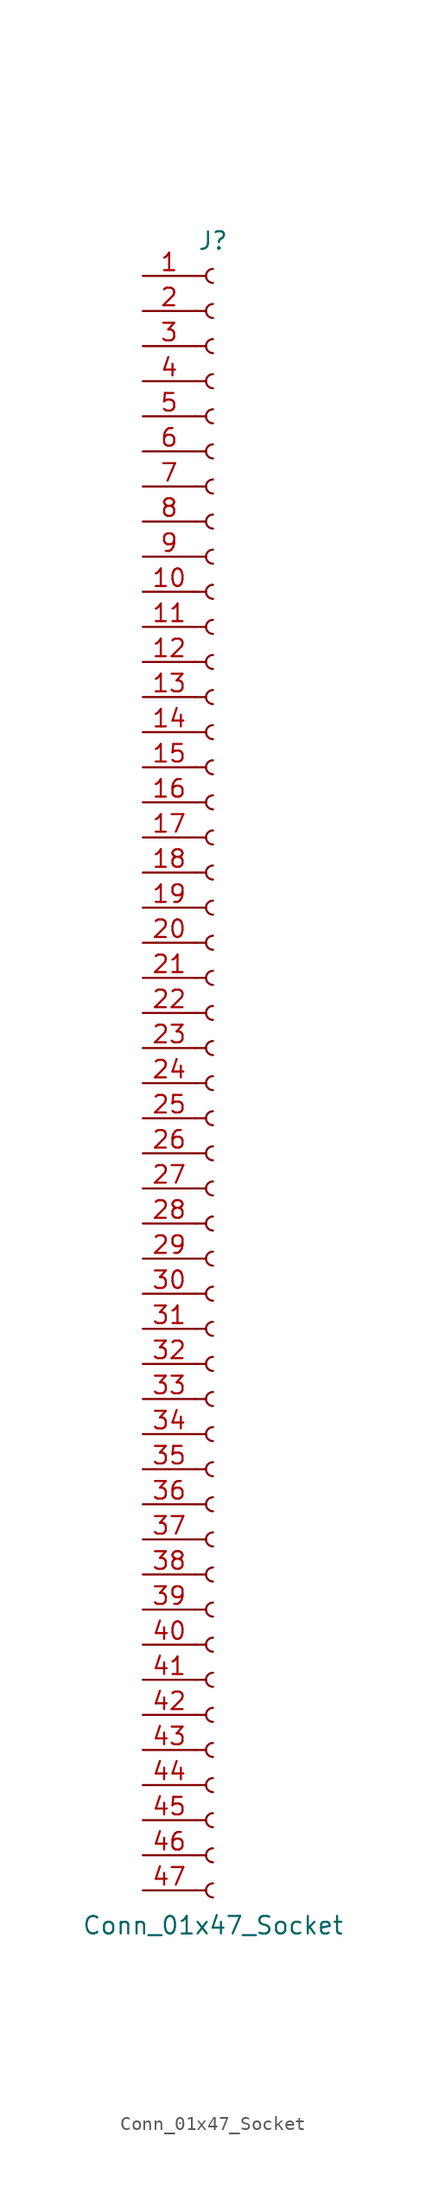
<source format=kicad_sym>
(kicad_symbol_lib
  (version 20220914)
  (generator kicad_symbol_editor)
  (symbol "Conn_01x47_Socket"
    (pin_names
      (offset 1.016) hide)
    (property "Reference" "J"
      (at 0 60.96 0)
      (effects (font (size 1.27 1.27))))
    (property "Value" "Conn_01x47_Socket"
      (at 0 -60.96 0)
      (effects (font (size 1.27 1.27))))
    (property "ki_locked" ""
      (at 0 0 0)
      (effects (font (size 1.27 1.27))))
    (symbol "Conn_01x47_Socket_1_1"
      (arc (start 0 -57.912) (mid -0.5058 -58.42) (end 0 -58.928) (stroke (width 0.1524) (type default)) (fill (type none)))
      (arc (start 0 -55.372) (mid -0.5058 -55.88) (end 0 -56.388) (stroke (width 0.1524) (type default)) (fill (type none)))
      (arc (start 0 -52.832) (mid -0.5058 -53.34) (end 0 -53.848) (stroke (width 0.1524) (type default)) (fill (type none)))
      (arc (start 0 -50.292) (mid -0.5058 -50.8) (end 0 -51.308) (stroke (width 0.1524) (type default)) (fill (type none)))
      (arc (start 0 -47.752) (mid -0.5058 -48.26) (end 0 -48.768) (stroke (width 0.1524) (type default)) (fill (type none)))
      (arc (start 0 -45.212) (mid -0.5058 -45.72) (end 0 -46.228) (stroke (width 0.1524) (type default)) (fill (type none)))
      (arc (start 0 -42.672) (mid -0.5058 -43.18) (end 0 -43.688) (stroke (width 0.1524) (type default)) (fill (type none)))
      (arc (start 0 -40.132) (mid -0.5058 -40.64) (end 0 -41.148) (stroke (width 0.1524) (type default)) (fill (type none)))
      (arc (start 0 -37.592) (mid -0.5058 -38.1) (end 0 -38.608) (stroke (width 0.1524) (type default)) (fill (type none)))
      (arc (start 0 -35.052) (mid -0.5058 -35.56) (end 0 -36.068) (stroke (width 0.1524) (type default)) (fill (type none)))
      (arc (start 0 -32.512) (mid -0.5058 -33.02) (end 0 -33.528) (stroke (width 0.1524) (type default)) (fill (type none)))
      (arc (start 0 -29.972) (mid -0.5058 -30.48) (end 0 -30.988) (stroke (width 0.1524) (type default)) (fill (type none)))
      (arc (start 0 -27.432) (mid -0.5058 -27.94) (end 0 -28.448) (stroke (width 0.1524) (type default)) (fill (type none)))
      (arc (start 0 -24.892) (mid -0.5058 -25.4) (end 0 -25.908) (stroke (width 0.1524) (type default)) (fill (type none)))
      (arc (start 0 -22.352) (mid -0.5058 -22.86) (end 0 -23.368) (stroke (width 0.1524) (type default)) (fill (type none)))
      (arc (start 0 -19.812) (mid -0.5058 -20.32) (end 0 -20.828) (stroke (width 0.1524) (type default)) (fill (type none)))
      (arc (start 0 -17.272) (mid -0.5058 -17.78) (end 0 -18.288) (stroke (width 0.1524) (type default)) (fill (type none)))
      (arc (start 0 -14.732) (mid -0.5058 -15.24) (end 0 -15.748) (stroke (width 0.1524) (type default)) (fill (type none)))
      (arc (start 0 -12.192) (mid -0.5058 -12.7) (end 0 -13.208) (stroke (width 0.1524) (type default)) (fill (type none)))
      (arc (start 0 -9.652) (mid -0.5058 -10.16) (end 0 -10.668) (stroke (width 0.1524) (type default)) (fill (type none)))
      (arc (start 0 -7.112) (mid -0.5058 -7.62) (end 0 -8.128) (stroke (width 0.1524) (type default)) (fill (type none)))
      (arc (start 0 -4.572) (mid -0.5058 -5.08) (end 0 -5.588) (stroke (width 0.1524) (type default)) (fill (type none)))
      (arc (start 0 -2.032) (mid -0.5058 -2.54) (end 0 -3.048) (stroke (width 0.1524) (type default)) (fill (type none)))
      (polyline (pts (xy -1.27 -58.42) (xy -0.508 -58.42)) (stroke (width 0.152) (type default)) (fill (type none)))
      (polyline (pts (xy -1.27 -55.88) (xy -0.508 -55.88)) (stroke (width 0.152) (type default)) (fill (type none)))
      (polyline (pts (xy -1.27 -53.34) (xy -0.508 -53.34)) (stroke (width 0.152) (type default)) (fill (type none)))
      (polyline (pts (xy -1.27 -50.8) (xy -0.508 -50.8)) (stroke (width 0.152) (type default)) (fill (type none)))
      (polyline (pts (xy -1.27 -48.26) (xy -0.508 -48.26)) (stroke (width 0.152) (type default)) (fill (type none)))
      (polyline (pts (xy -1.27 -45.72) (xy -0.508 -45.72)) (stroke (width 0.152) (type default)) (fill (type none)))
      (polyline (pts (xy -1.27 -43.18) (xy -0.508 -43.18)) (stroke (width 0.152) (type default)) (fill (type none)))
      (polyline (pts (xy -1.27 -40.64) (xy -0.508 -40.64)) (stroke (width 0.152) (type default)) (fill (type none)))
      (polyline (pts (xy -1.27 -38.1) (xy -0.508 -38.1)) (stroke (width 0.152) (type default)) (fill (type none)))
      (polyline (pts (xy -1.27 -35.56) (xy -0.508 -35.56)) (stroke (width 0.152) (type default)) (fill (type none)))
      (polyline (pts (xy -1.27 -33.02) (xy -0.508 -33.02)) (stroke (width 0.152) (type default)) (fill (type none)))
      (polyline (pts (xy -1.27 -30.48) (xy -0.508 -30.48)) (stroke (width 0.152) (type default)) (fill (type none)))
      (polyline (pts (xy -1.27 -27.94) (xy -0.508 -27.94)) (stroke (width 0.152) (type default)) (fill (type none)))
      (polyline (pts (xy -1.27 -25.4) (xy -0.508 -25.4)) (stroke (width 0.152) (type default)) (fill (type none)))
      (polyline (pts (xy -1.27 -22.86) (xy -0.508 -22.86)) (stroke (width 0.152) (type default)) (fill (type none)))
      (polyline (pts (xy -1.27 -20.32) (xy -0.508 -20.32)) (stroke (width 0.152) (type default)) (fill (type none)))
      (polyline (pts (xy -1.27 -17.78) (xy -0.508 -17.78)) (stroke (width 0.152) (type default)) (fill (type none)))
      (polyline (pts (xy -1.27 -15.24) (xy -0.508 -15.24)) (stroke (width 0.152) (type default)) (fill (type none)))
      (polyline (pts (xy -1.27 -12.7) (xy -0.508 -12.7)) (stroke (width 0.152) (type default)) (fill (type none)))
      (polyline (pts (xy -1.27 -10.16) (xy -0.508 -10.16)) (stroke (width 0.152) (type default)) (fill (type none)))
      (polyline (pts (xy -1.27 -7.62) (xy -0.508 -7.62)) (stroke (width 0.152) (type default)) (fill (type none)))
      (polyline (pts (xy -1.27 -5.08) (xy -0.508 -5.08)) (stroke (width 0.152) (type default)) (fill (type none)))
      (polyline (pts (xy -1.27 -2.54) (xy -0.508 -2.54)) (stroke (width 0.152) (type default)) (fill (type none)))
      (polyline (pts (xy -1.27 0) (xy -0.508 0)) (stroke (width 0.152) (type default)) (fill (type none)))
      (polyline (pts (xy -1.27 2.54) (xy -0.508 2.54)) (stroke (width 0.152) (type default)) (fill (type none)))
      (polyline (pts (xy -1.27 5.08) (xy -0.508 5.08)) (stroke (width 0.152) (type default)) (fill (type none)))
      (polyline (pts (xy -1.27 7.62) (xy -0.508 7.62)) (stroke (width 0.152) (type default)) (fill (type none)))
      (polyline (pts (xy -1.27 10.16) (xy -0.508 10.16)) (stroke (width 0.152) (type default)) (fill (type none)))
      (polyline (pts (xy -1.27 12.7) (xy -0.508 12.7)) (stroke (width 0.152) (type default)) (fill (type none)))
      (polyline (pts (xy -1.27 15.24) (xy -0.508 15.24)) (stroke (width 0.152) (type default)) (fill (type none)))
      (polyline (pts (xy -1.27 17.78) (xy -0.508 17.78)) (stroke (width 0.152) (type default)) (fill (type none)))
      (polyline (pts (xy -1.27 20.32) (xy -0.508 20.32)) (stroke (width 0.152) (type default)) (fill (type none)))
      (polyline (pts (xy -1.27 22.86) (xy -0.508 22.86)) (stroke (width 0.152) (type default)) (fill (type none)))
      (polyline (pts (xy -1.27 25.4) (xy -0.508 25.4)) (stroke (width 0.152) (type default)) (fill (type none)))
      (polyline (pts (xy -1.27 27.94) (xy -0.508 27.94)) (stroke (width 0.152) (type default)) (fill (type none)))
      (polyline (pts (xy -1.27 30.48) (xy -0.508 30.48)) (stroke (width 0.152) (type default)) (fill (type none)))
      (polyline (pts (xy -1.27 33.02) (xy -0.508 33.02)) (stroke (width 0.152) (type default)) (fill (type none)))
      (polyline (pts (xy -1.27 35.56) (xy -0.508 35.56)) (stroke (width 0.152) (type default)) (fill (type none)))
      (polyline (pts (xy -1.27 38.1) (xy -0.508 38.1)) (stroke (width 0.152) (type default)) (fill (type none)))
      (polyline (pts (xy -1.27 40.64) (xy -0.508 40.64)) (stroke (width 0.152) (type default)) (fill (type none)))
      (polyline (pts (xy -1.27 43.18) (xy -0.508 43.18)) (stroke (width 0.152) (type default)) (fill (type none)))
      (polyline (pts (xy -1.27 45.72) (xy -0.508 45.72)) (stroke (width 0.152) (type default)) (fill (type none)))
      (polyline (pts (xy -1.27 48.26) (xy -0.508 48.26)) (stroke (width 0.152) (type default)) (fill (type none)))
      (polyline (pts (xy -1.27 50.8) (xy -0.508 50.8)) (stroke (width 0.152) (type default)) (fill (type none)))
      (polyline (pts (xy -1.27 53.34) (xy -0.508 53.34)) (stroke (width 0.152) (type default)) (fill (type none)))
      (polyline (pts (xy -1.27 55.88) (xy -0.508 55.88)) (stroke (width 0.152) (type default)) (fill (type none)))
      (polyline (pts (xy -1.27 58.42) (xy -0.508 58.42)) (stroke (width 0.152) (type default)) (fill (type none)))
      (arc (start 0 0.508) (mid -0.5058 0) (end 0 -0.508) (stroke (width 0.1524) (type default)) (fill (type none)))
      (arc (start 0 3.048) (mid -0.5058 2.54) (end 0 2.032) (stroke (width 0.1524) (type default)) (fill (type none)))
      (arc (start 0 5.588) (mid -0.5058 5.08) (end 0 4.572) (stroke (width 0.1524) (type default)) (fill (type none)))
      (arc (start 0 8.128) (mid -0.5058 7.62) (end 0 7.112) (stroke (width 0.1524) (type default)) (fill (type none)))
      (arc (start 0 10.668) (mid -0.5058 10.16) (end 0 9.652) (stroke (width 0.1524) (type default)) (fill (type none)))
      (arc (start 0 13.208) (mid -0.5058 12.7) (end 0 12.192) (stroke (width 0.1524) (type default)) (fill (type none)))
      (arc (start 0 15.748) (mid -0.5058 15.24) (end 0 14.732) (stroke (width 0.1524) (type default)) (fill (type none)))
      (arc (start 0 18.288) (mid -0.5058 17.78) (end 0 17.272) (stroke (width 0.1524) (type default)) (fill (type none)))
      (arc (start 0 20.828) (mid -0.5058 20.32) (end 0 19.812) (stroke (width 0.1524) (type default)) (fill (type none)))
      (arc (start 0 23.368) (mid -0.5058 22.86) (end 0 22.352) (stroke (width 0.1524) (type default)) (fill (type none)))
      (arc (start 0 25.908) (mid -0.5058 25.4) (end 0 24.892) (stroke (width 0.1524) (type default)) (fill (type none)))
      (arc (start 0 28.448) (mid -0.5058 27.94) (end 0 27.432) (stroke (width 0.1524) (type default)) (fill (type none)))
      (arc (start 0 30.988) (mid -0.5058 30.48) (end 0 29.972) (stroke (width 0.1524) (type default)) (fill (type none)))
      (arc (start 0 33.528) (mid -0.5058 33.02) (end 0 32.512) (stroke (width 0.1524) (type default)) (fill (type none)))
      (arc (start 0 36.068) (mid -0.5058 35.56) (end 0 35.052) (stroke (width 0.1524) (type default)) (fill (type none)))
      (arc (start 0 38.608) (mid -0.5058 38.1) (end 0 37.592) (stroke (width 0.1524) (type default)) (fill (type none)))
      (arc (start 0 41.148) (mid -0.5058 40.64) (end 0 40.132) (stroke (width 0.1524) (type default)) (fill (type none)))
      (arc (start 0 43.688) (mid -0.5058 43.18) (end 0 42.672) (stroke (width 0.1524) (type default)) (fill (type none)))
      (arc (start 0 46.228) (mid -0.5058 45.72) (end 0 45.212) (stroke (width 0.1524) (type default)) (fill (type none)))
      (arc (start 0 48.768) (mid -0.5058 48.26) (end 0 47.752) (stroke (width 0.1524) (type default)) (fill (type none)))
      (arc (start 0 51.308) (mid -0.5058 50.8) (end 0 50.292) (stroke (width 0.1524) (type default)) (fill (type none)))
      (arc (start 0 53.848) (mid -0.5058 53.34) (end 0 52.832) (stroke (width 0.1524) (type default)) (fill (type none)))
      (arc (start 0 56.388) (mid -0.5058 55.88) (end 0 55.372) (stroke (width 0.1524) (type default)) (fill (type none)))
      (arc (start 0 58.928) (mid -0.5058 58.42) (end 0 57.912) (stroke (width 0.1524) (type default)) (fill (type none)))
      (pin passive line (at -5.08 58.42 0) (length 3.81) (name "Pin_1" (effects (font (size 1.27 1.27)))) (number "1" (effects (font (size 1.27 1.27)))))
      (pin passive line (at -5.08 35.56 0) (length 3.81) (name "Pin_10" (effects (font (size 1.27 1.27)))) (number "10" (effects (font (size 1.27 1.27)))))
      (pin passive line (at -5.08 33.02 0) (length 3.81) (name "Pin_11" (effects (font (size 1.27 1.27)))) (number "11" (effects (font (size 1.27 1.27)))))
      (pin passive line (at -5.08 30.48 0) (length 3.81) (name "Pin_12" (effects (font (size 1.27 1.27)))) (number "12" (effects (font (size 1.27 1.27)))))
      (pin passive line (at -5.08 27.94 0) (length 3.81) (name "Pin_13" (effects (font (size 1.27 1.27)))) (number "13" (effects (font (size 1.27 1.27)))))
      (pin passive line (at -5.08 25.4 0) (length 3.81) (name "Pin_14" (effects (font (size 1.27 1.27)))) (number "14" (effects (font (size 1.27 1.27)))))
      (pin passive line (at -5.08 22.86 0) (length 3.81) (name "Pin_15" (effects (font (size 1.27 1.27)))) (number "15" (effects (font (size 1.27 1.27)))))
      (pin passive line (at -5.08 20.32 0) (length 3.81) (name "Pin_16" (effects (font (size 1.27 1.27)))) (number "16" (effects (font (size 1.27 1.27)))))
      (pin passive line (at -5.08 17.78 0) (length 3.81) (name "Pin_17" (effects (font (size 1.27 1.27)))) (number "17" (effects (font (size 1.27 1.27)))))
      (pin passive line (at -5.08 15.24 0) (length 3.81) (name "Pin_18" (effects (font (size 1.27 1.27)))) (number "18" (effects (font (size 1.27 1.27)))))
      (pin passive line (at -5.08 12.7 0) (length 3.81) (name "Pin_19" (effects (font (size 1.27 1.27)))) (number "19" (effects (font (size 1.27 1.27)))))
      (pin passive line (at -5.08 55.88 0) (length 3.81) (name "Pin_2" (effects (font (size 1.27 1.27)))) (number "2" (effects (font (size 1.27 1.27)))))
      (pin passive line (at -5.08 10.16 0) (length 3.81) (name "Pin_20" (effects (font (size 1.27 1.27)))) (number "20" (effects (font (size 1.27 1.27)))))
      (pin passive line (at -5.08 7.62 0) (length 3.81) (name "Pin_21" (effects (font (size 1.27 1.27)))) (number "21" (effects (font (size 1.27 1.27)))))
      (pin passive line (at -5.08 5.08 0) (length 3.81) (name "Pin_22" (effects (font (size 1.27 1.27)))) (number "22" (effects (font (size 1.27 1.27)))))
      (pin passive line (at -5.08 2.54 0) (length 3.81) (name "Pin_23" (effects (font (size 1.27 1.27)))) (number "23" (effects (font (size 1.27 1.27)))))
      (pin passive line (at -5.08 0 0) (length 3.81) (name "Pin_24" (effects (font (size 1.27 1.27)))) (number "24" (effects (font (size 1.27 1.27)))))
      (pin passive line (at -5.08 -2.54 0) (length 3.81) (name "Pin_25" (effects (font (size 1.27 1.27)))) (number "25" (effects (font (size 1.27 1.27)))))
      (pin passive line (at -5.08 -5.08 0) (length 3.81) (name "Pin_26" (effects (font (size 1.27 1.27)))) (number "26" (effects (font (size 1.27 1.27)))))
      (pin passive line (at -5.08 -7.62 0) (length 3.81) (name "Pin_27" (effects (font (size 1.27 1.27)))) (number "27" (effects (font (size 1.27 1.27)))))
      (pin passive line (at -5.08 -10.16 0) (length 3.81) (name "Pin_28" (effects (font (size 1.27 1.27)))) (number "28" (effects (font (size 1.27 1.27)))))
      (pin passive line (at -5.08 -12.7 0) (length 3.81) (name "Pin_29" (effects (font (size 1.27 1.27)))) (number "29" (effects (font (size 1.27 1.27)))))
      (pin passive line (at -5.08 53.34 0) (length 3.81) (name "Pin_3" (effects (font (size 1.27 1.27)))) (number "3" (effects (font (size 1.27 1.27)))))
      (pin passive line (at -5.08 -15.24 0) (length 3.81) (name "Pin_30" (effects (font (size 1.27 1.27)))) (number "30" (effects (font (size 1.27 1.27)))))
      (pin passive line (at -5.08 -17.78 0) (length 3.81) (name "Pin_31" (effects (font (size 1.27 1.27)))) (number "31" (effects (font (size 1.27 1.27)))))
      (pin passive line (at -5.08 -20.32 0) (length 3.81) (name "Pin_32" (effects (font (size 1.27 1.27)))) (number "32" (effects (font (size 1.27 1.27)))))
      (pin passive line (at -5.08 -22.86 0) (length 3.81) (name "Pin_33" (effects (font (size 1.27 1.27)))) (number "33" (effects (font (size 1.27 1.27)))))
      (pin passive line (at -5.08 -25.4 0) (length 3.81) (name "Pin_34" (effects (font (size 1.27 1.27)))) (number "34" (effects (font (size 1.27 1.27)))))
      (pin passive line (at -5.08 -27.94 0) (length 3.81) (name "Pin_35" (effects (font (size 1.27 1.27)))) (number "35" (effects (font (size 1.27 1.27)))))
      (pin passive line (at -5.08 -30.48 0) (length 3.81) (name "Pin_36" (effects (font (size 1.27 1.27)))) (number "36" (effects (font (size 1.27 1.27)))))
      (pin passive line (at -5.08 -33.02 0) (length 3.81) (name "Pin_37" (effects (font (size 1.27 1.27)))) (number "37" (effects (font (size 1.27 1.27)))))
      (pin passive line (at -5.08 -35.56 0) (length 3.81) (name "Pin_38" (effects (font (size 1.27 1.27)))) (number "38" (effects (font (size 1.27 1.27)))))
      (pin passive line (at -5.08 -38.1 0) (length 3.81) (name "Pin_39" (effects (font (size 1.27 1.27)))) (number "39" (effects (font (size 1.27 1.27)))))
      (pin passive line (at -5.08 50.8 0) (length 3.81) (name "Pin_4" (effects (font (size 1.27 1.27)))) (number "4" (effects (font (size 1.27 1.27)))))
      (pin passive line (at -5.08 -40.64 0) (length 3.81) (name "Pin_40" (effects (font (size 1.27 1.27)))) (number "40" (effects (font (size 1.27 1.27)))))
      (pin passive line (at -5.08 -43.18 0) (length 3.81) (name "Pin_41" (effects (font (size 1.27 1.27)))) (number "41" (effects (font (size 1.27 1.27)))))
      (pin passive line (at -5.08 -45.72 0) (length 3.81) (name "Pin_42" (effects (font (size 1.27 1.27)))) (number "42" (effects (font (size 1.27 1.27)))))
      (pin passive line (at -5.08 -48.26 0) (length 3.81) (name "Pin_43" (effects (font (size 1.27 1.27)))) (number "43" (effects (font (size 1.27 1.27)))))
      (pin passive line (at -5.08 -50.8 0) (length 3.81) (name "Pin_44" (effects (font (size 1.27 1.27)))) (number "44" (effects (font (size 1.27 1.27)))))
      (pin passive line (at -5.08 -53.34 0) (length 3.81) (name "Pin_45" (effects (font (size 1.27 1.27)))) (number "45" (effects (font (size 1.27 1.27)))))
      (pin passive line (at -5.08 -55.88 0) (length 3.81) (name "Pin_46" (effects (font (size 1.27 1.27)))) (number "46" (effects (font (size 1.27 1.27)))))
      (pin passive line (at -5.08 -58.42 0) (length 3.81) (name "Pin_47" (effects (font (size 1.27 1.27)))) (number "47" (effects (font (size 1.27 1.27)))))
      (pin passive line (at -5.08 48.26 0) (length 3.81) (name "Pin_5" (effects (font (size 1.27 1.27)))) (number "5" (effects (font (size 1.27 1.27)))))
      (pin passive line (at -5.08 45.72 0) (length 3.81) (name "Pin_6" (effects (font (size 1.27 1.27)))) (number "6" (effects (font (size 1.27 1.27)))))
      (pin passive line (at -5.08 43.18 0) (length 3.81) (name "Pin_7" (effects (font (size 1.27 1.27)))) (number "7" (effects (font (size 1.27 1.27)))))
      (pin passive line (at -5.08 40.64 0) (length 3.81) (name "Pin_8" (effects (font (size 1.27 1.27)))) (number "8" (effects (font (size 1.27 1.27)))))
      (pin passive line (at -5.08 38.1 0) (length 3.81) (name "Pin_9" (effects (font (size 1.27 1.27)))) (number "9" (effects (font (size 1.27 1.27))))))))
</source>
